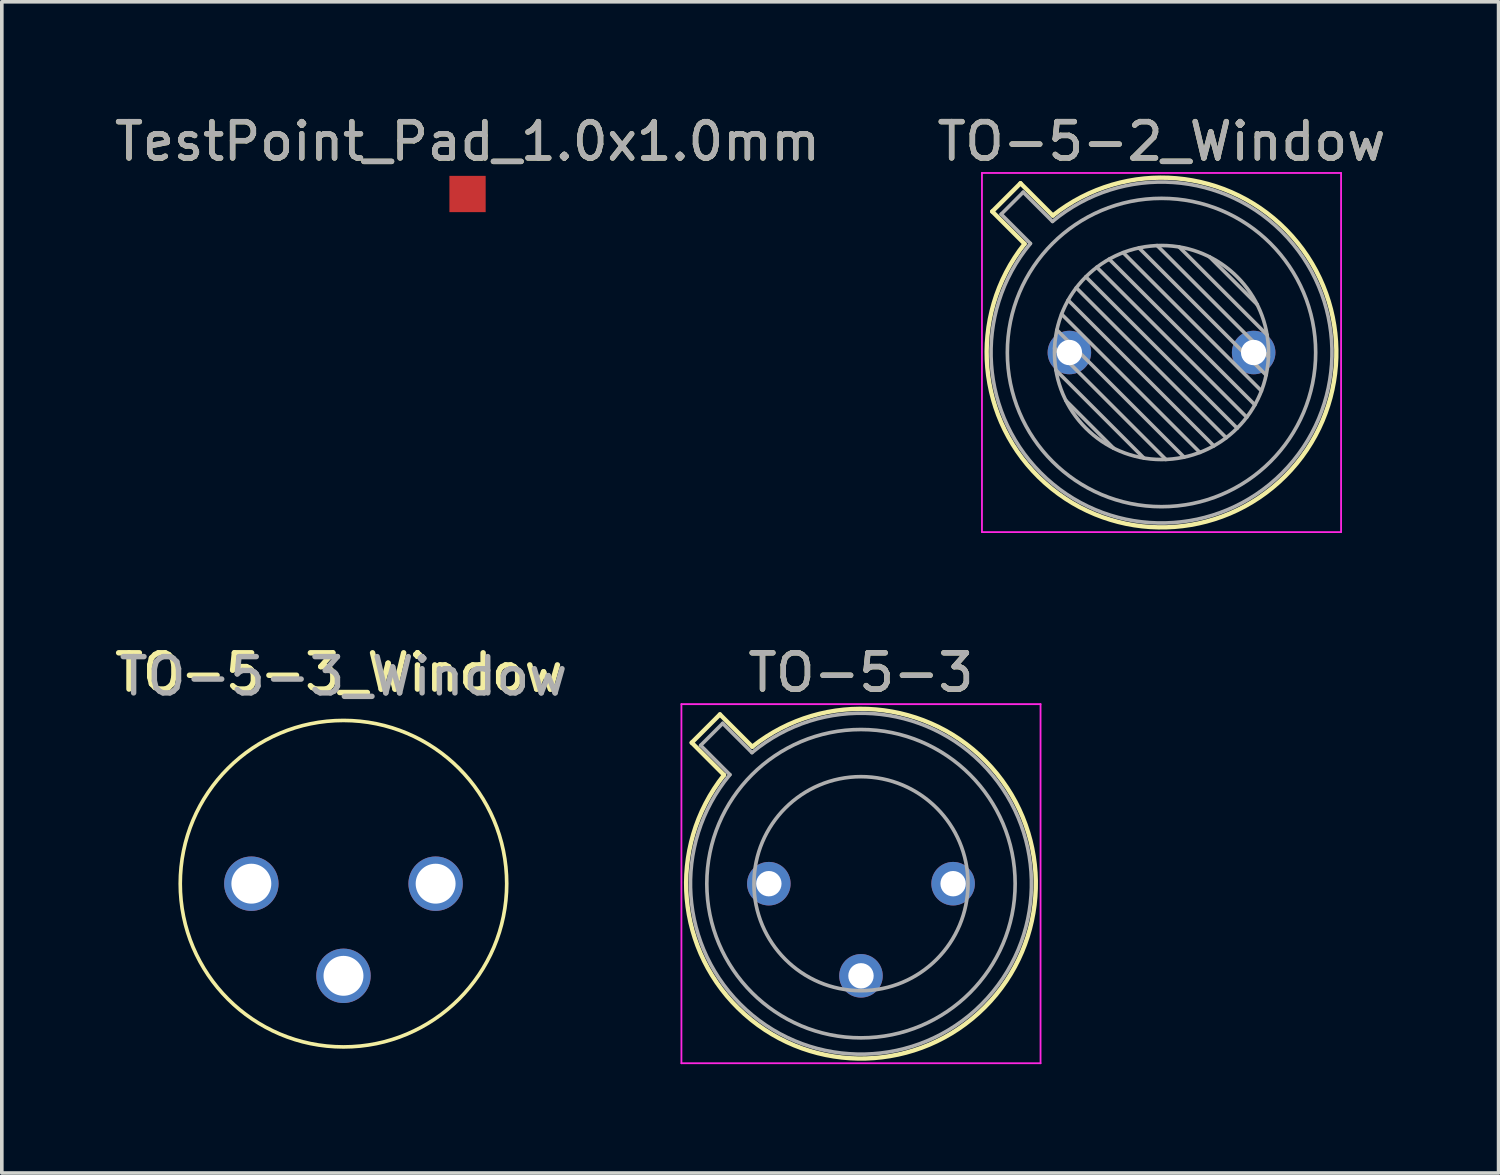
<source format=kicad_pcb>
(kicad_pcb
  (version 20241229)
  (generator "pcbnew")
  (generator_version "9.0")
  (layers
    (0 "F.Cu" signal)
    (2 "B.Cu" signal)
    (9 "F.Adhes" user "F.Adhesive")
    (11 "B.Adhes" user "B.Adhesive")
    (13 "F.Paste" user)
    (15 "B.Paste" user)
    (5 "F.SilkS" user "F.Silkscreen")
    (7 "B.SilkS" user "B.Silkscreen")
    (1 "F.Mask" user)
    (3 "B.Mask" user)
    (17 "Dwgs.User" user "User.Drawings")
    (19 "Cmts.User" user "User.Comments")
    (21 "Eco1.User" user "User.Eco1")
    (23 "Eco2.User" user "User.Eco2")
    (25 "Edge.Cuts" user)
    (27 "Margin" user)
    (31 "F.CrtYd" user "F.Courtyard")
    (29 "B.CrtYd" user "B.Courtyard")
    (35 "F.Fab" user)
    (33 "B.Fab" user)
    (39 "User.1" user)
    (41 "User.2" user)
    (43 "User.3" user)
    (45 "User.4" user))
  (footprint "TO-5-3_Window"
    (layer "F.Cu")
    (at 6.419 21.311)
    (property "Reference" "TO-5-3_Window" (at -0.127 -5.82 0) (layer "F.SilkS") (effects (font (size 1 1) (thickness 0.15))))
    (attr through_hole)
    (fp_circle (center 0 0) (end -4.5 0) (stroke (width 0.1) (type default)) (fill no) (layer "F.SilkS"))
    (fp_text user "${REFERENCE}" (at 0 -5.715 0) (layer "F.Fab") (effects (font (size 1 1) (thickness 0.15))))
    (pad "1" thru_hole circle (at -2.54 0) (size 1.5 1.5) (drill 1.1) (layers "*.Cu" "*.Mask"))
    (pad "2" thru_hole circle (at 0 2.54) (size 1.5 1.5) (drill 1.1) (layers "*.Cu" "*.Mask"))
    (pad "3" thru_hole circle (at 2.54 0) (size 1.5 1.5) (drill 1.1) (layers "*.Cu" "*.Mask")))
  (footprint "TO-5-2_Window"
    (layer "F.Cu")
    (at 26.43 6.668)
    (property "Reference" "TO-5-2_Window" (at 2.54 -5.82 0) (layer "F.SilkS") (effects (font (size 1 1) (thickness 0.15))))
    (attr through_hole)
    (fp_line (start -2.126 -3.888) (end -1.235 -2.997) (stroke (width 0.12) (type solid)) (layer "F.SilkS"))
    (fp_line (start -1.348 -4.666) (end -2.126 -3.888) (stroke (width 0.12) (type solid)) (layer "F.SilkS"))
    (fp_line (start -0.457 -3.775) (end -1.348 -4.666) (stroke (width 0.12) (type solid)) (layer "F.SilkS"))
    (fp_arc (start -0.457084 -3.774902) (mid 5.948125 3.408384) (end -1.234674 -2.997371) (stroke (width 0.12) (type solid)) (layer "F.SilkS"))
    (fp_line (start -2.41 -4.95) (end -2.41 4.95) (stroke (width 0.05) (type solid)) (layer "F.CrtYd"))
    (fp_line (start -2.41 4.95) (end 7.49 4.95) (stroke (width 0.05) (type solid)) (layer "F.CrtYd"))
    (fp_line (start 7.49 -4.95) (end -2.41 -4.95) (stroke (width 0.05) (type solid)) (layer "F.CrtYd"))
    (fp_line (start 7.49 4.95) (end 7.49 -4.95) (stroke (width 0.05) (type solid)) (layer "F.CrtYd"))
    (fp_line (start -1.88 -3.812) (end -1.074 -3.005) (stroke (width 0.1) (type solid)) (layer "F.Fab"))
    (fp_line (start -1.272 -4.42) (end -1.88 -3.812) (stroke (width 0.1) (type solid)) (layer "F.Fab"))
    (fp_line (start -0.465 -3.614) (end -1.272 -4.42) (stroke (width 0.1) (type solid)) (layer "F.Fab"))
    (fp_line (start -0.408 -0.12) (end 2.66 2.948) (stroke (width 0.1) (type solid)) (layer "F.Fab"))
    (fp_line (start -0.371 0.485) (end 2.055 2.911) (stroke (width 0.1) (type solid)) (layer "F.Fab"))
    (fp_line (start -0.344 -0.622) (end 3.162 2.884) (stroke (width 0.1) (type solid)) (layer "F.Fab"))
    (fp_line (start -0.215 -1.058) (end 3.598 2.755) (stroke (width 0.1) (type solid)) (layer "F.Fab"))
    (fp_line (start -0.097 1.324) (end 1.216 2.637) (stroke (width 0.1) (type solid)) (layer "F.Fab"))
    (fp_line (start -0.034 -1.443) (end 3.983 2.574) (stroke (width 0.1) (type solid)) (layer "F.Fab"))
    (fp_line (start 0.19 -1.784) (end 4.324 2.35) (stroke (width 0.1) (type solid)) (layer "F.Fab"))
    (fp_line (start 0.454 -2.086) (end 4.626 2.086) (stroke (width 0.1) (type solid)) (layer "F.Fab"))
    (fp_line (start 0.756 -2.35) (end 4.89 1.784) (stroke (width 0.1) (type solid)) (layer "F.Fab"))
    (fp_line (start 1.097 -2.574) (end 5.114 1.443) (stroke (width 0.1) (type solid)) (layer "F.Fab"))
    (fp_line (start 1.482 -2.755) (end 5.295 1.058) (stroke (width 0.1) (type solid)) (layer "F.Fab"))
    (fp_line (start 1.918 -2.884) (end 5.424 0.622) (stroke (width 0.1) (type solid)) (layer "F.Fab"))
    (fp_line (start 2.42 -2.948) (end 5.488 0.12) (stroke (width 0.1) (type solid)) (layer "F.Fab"))
    (fp_line (start 3.025 -2.911) (end 5.451 -0.485) (stroke (width 0.1) (type solid)) (layer "F.Fab"))
    (fp_line (start 3.864 -2.637) (end 5.177 -1.324) (stroke (width 0.1) (type solid)) (layer "F.Fab"))
    (fp_arc (start -0.465408 -3.61352) (mid 5.863443 3.323361) (end -1.073594 -3.005319) (stroke (width 0.1) (type solid)) (layer "F.Fab"))
    (fp_circle (center 2.54 0) (end 5.49 0) (stroke (width 0.1) (type solid)) (fill no) (layer "F.Fab"))
    (fp_circle (center 2.54 0) (end 6.79 0) (stroke (width 0.1) (type solid)) (fill no) (layer "F.Fab"))
    (fp_text user "${REFERENCE}" (at 2.54 -5.82 0) (layer "F.Fab") (effects (font (size 1 1) (thickness 0.15))))
    (pad "1" thru_hole oval (at 0 0) (size 1.2 1.2) (drill 0.7) (layers "*.Cu" "*.Mask"))
    (pad "2" thru_hole oval (at 5.08 0) (size 1.2 1.2) (drill 0.7) (layers "*.Cu" "*.Mask")))
  (footprint "TestPoint_Pad_1.0x1.0mm"
    (layer "F.Cu")
    (at 9.839 2.298)
    (property "Reference" "TestPoint_Pad_1.0x1.0mm" (at 0 -1.448 0) (layer "F.SilkS") (effects (font (size 1 1) (thickness 0.15))))
    (attr exclude_from_pos_files)
    (fp_text user "${REFERENCE}" (at 0 -1.45 0) (layer "F.Fab") (effects (font (size 1 1) (thickness 0.15))))
    (pad "1" smd rect (at 0 0) (size 1 1) (layers "F.Cu" "F.Mask")))
  (footprint "TO-5-3"
    (layer "F.Cu")
    (at 20.685 21.311)
    (property "Reference" "TO-5-3" (at 0 -5.82 0) (layer "F.SilkS") (effects (font (size 1 1) (thickness 0.15))))
    (attr through_hole)
    (fp_line (start -4.666 -3.888) (end -3.775 -2.997) (stroke (width 0.12) (type solid)) (layer "F.SilkS"))
    (fp_line (start -3.888 -4.666) (end -4.666 -3.888) (stroke (width 0.12) (type solid)) (layer "F.SilkS"))
    (fp_line (start -2.997 -3.775) (end -3.888 -4.666) (stroke (width 0.12) (type solid)) (layer "F.SilkS"))
    (fp_arc (start -2.997084 -3.774902) (mid 3.408125 3.408384) (end -3.774674 -2.997371) (stroke (width 0.12) (type solid)) (layer "F.SilkS"))
    (fp_line (start -4.95 -4.95) (end -4.95 4.95) (stroke (width 0.05) (type solid)) (layer "F.CrtYd"))
    (fp_line (start -4.95 4.95) (end 4.95 4.95) (stroke (width 0.05) (type solid)) (layer "F.CrtYd"))
    (fp_line (start 4.95 -4.95) (end -4.95 -4.95) (stroke (width 0.05) (type solid)) (layer "F.CrtYd"))
    (fp_line (start 4.95 4.95) (end 4.95 -4.95) (stroke (width 0.05) (type solid)) (layer "F.CrtYd"))
    (fp_line (start -4.42 -3.812) (end -3.614 -3.005) (stroke (width 0.1) (type solid)) (layer "F.Fab"))
    (fp_line (start -3.812 -4.42) (end -4.42 -3.812) (stroke (width 0.1) (type solid)) (layer "F.Fab"))
    (fp_line (start -3.005 -3.614) (end -3.812 -4.42) (stroke (width 0.1) (type solid)) (layer "F.Fab"))
    (fp_arc (start -3.005408 -3.61352) (mid 3.323443 3.323361) (end -3.613594 -3.005319) (stroke (width 0.1) (type solid)) (layer "F.Fab"))
    (fp_circle (center 0 0) (end 2.95 0) (stroke (width 0.1) (type solid)) (fill no) (layer "F.Fab"))
    (fp_circle (center 0 0) (end 4.25 0) (stroke (width 0.1) (type solid)) (fill no) (layer "F.Fab"))
    (fp_text user "${REFERENCE}" (at 0 -5.82 0) (layer "F.Fab") (effects (font (size 1 1) (thickness 0.15))))
    (pad "1" thru_hole oval (at -2.54 0) (size 1.2 1.2) (drill 0.7) (layers "*.Cu" "*.Mask"))
    (pad "2" thru_hole oval (at 0 2.54) (size 1.2 1.2) (drill 0.7) (layers "*.Cu" "*.Mask"))
    (pad "3" thru_hole oval (at 2.54 0) (size 1.2 1.2) (drill 0.7) (layers "*.Cu" "*.Mask")))
  (gr_rect
    (start -3 -3)
    (end 38.262 29.287)
    (stroke (width 0.1) (type default))
    (fill no)
    (layer "Edge.Cuts")))
</source>
